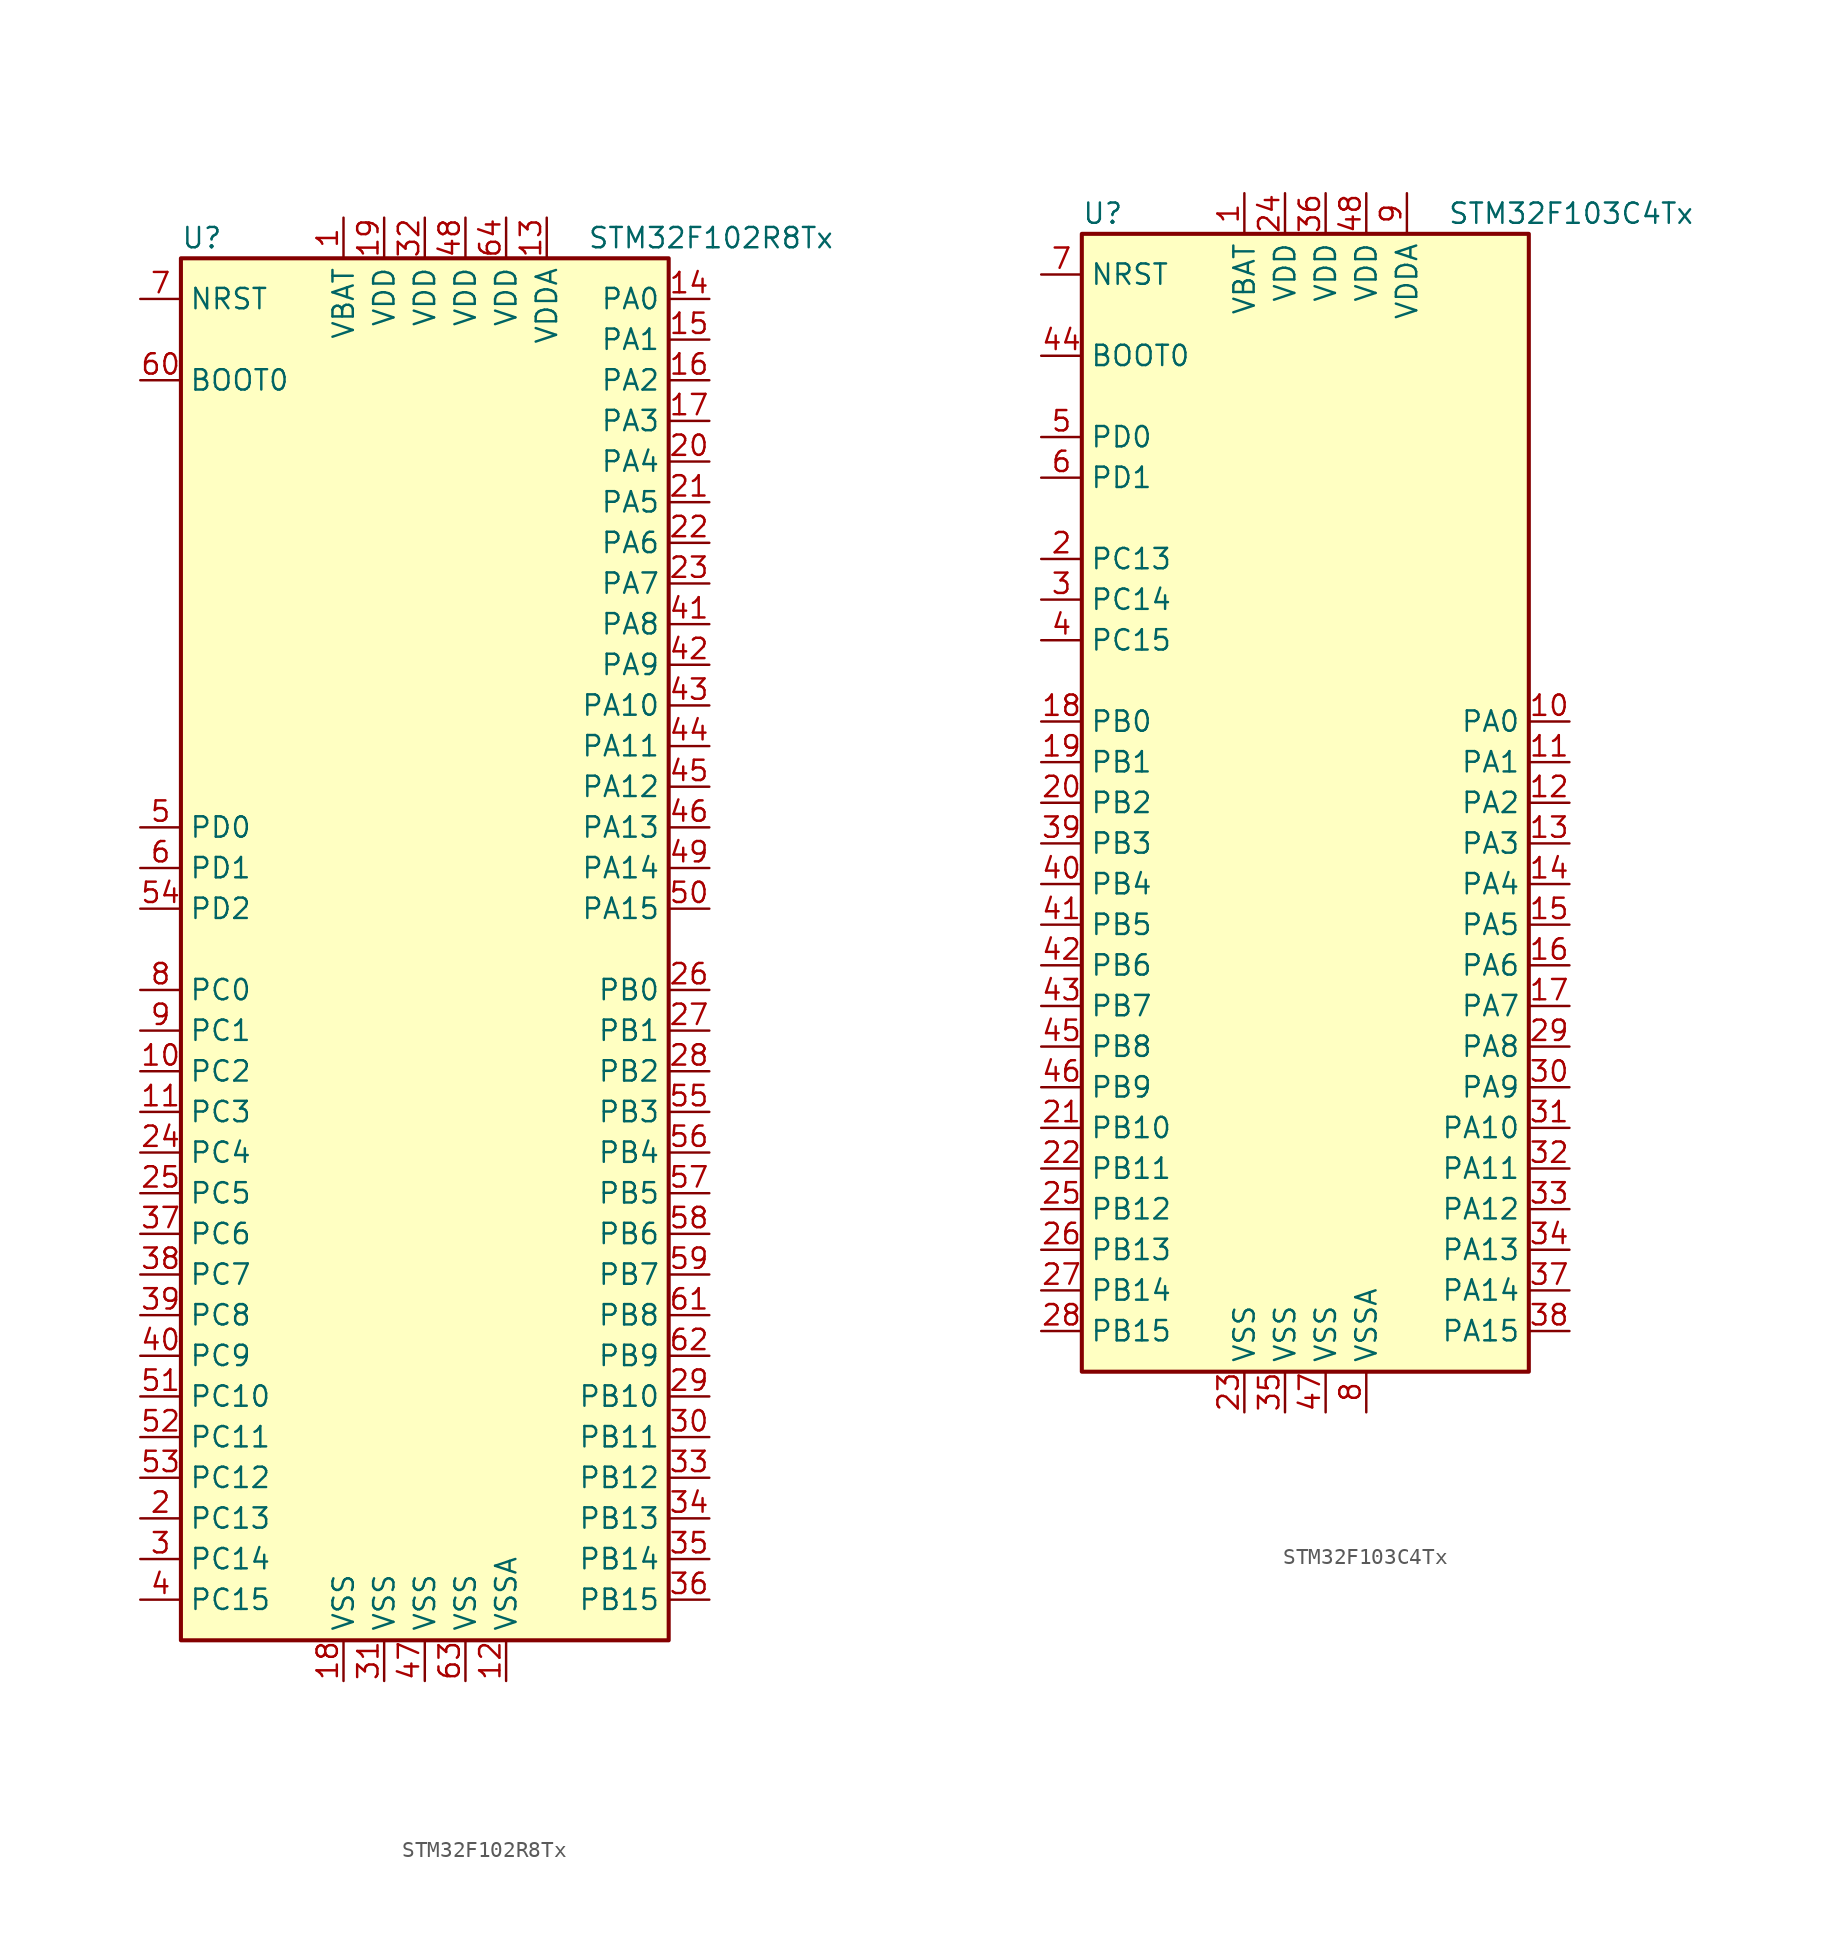
<source format=kicad_sym>
(kicad_symbol_lib
  (version 20201005)
  (generator kicad_symbol_editor)
  (symbol "STM32F102R8Tx"
    (property "Reference" "U"
      (at -15.24 44.45 0)
      (effects (font (size 1.27 1.27)) (justify left)))
    (property "Value" "STM32F102R8Tx"
      (at 10.16 44.45 0)
      (effects (font (size 1.27 1.27)) (justify left)))
    (symbol "STM32F102R8Tx_0_1"
      (rectangle (start -15.24 -43.18) (end 15.24 43.18) (stroke (width 0.254)) (fill (type background))))
    (symbol "STM32F102R8Tx_1_1"
      (pin power_in line (at -5.08 45.72 270) (length 2.54) (name "VBAT" (effects (font (size 1.27 1.27)))) (number "1" (effects (font (size 1.27 1.27)))))
      (pin bidirectional line (at -17.78 -7.62 0) (length 2.54) (name "PC2" (effects (font (size 1.27 1.27)))) (number "10" (effects (font (size 1.27 1.27)))))
      (pin bidirectional line (at -17.78 -10.16 0) (length 2.54) (name "PC3" (effects (font (size 1.27 1.27)))) (number "11" (effects (font (size 1.27 1.27)))))
      (pin power_in line (at 5.08 -45.72 90) (length 2.54) (name "VSSA" (effects (font (size 1.27 1.27)))) (number "12" (effects (font (size 1.27 1.27)))))
      (pin power_in line (at 7.62 45.72 270) (length 2.54) (name "VDDA" (effects (font (size 1.27 1.27)))) (number "13" (effects (font (size 1.27 1.27)))))
      (pin bidirectional line (at 17.78 40.64 180) (length 2.54) (name "PA0" (effects (font (size 1.27 1.27)))) (number "14" (effects (font (size 1.27 1.27)))))
      (pin bidirectional line (at 17.78 38.1 180) (length 2.54) (name "PA1" (effects (font (size 1.27 1.27)))) (number "15" (effects (font (size 1.27 1.27)))))
      (pin bidirectional line (at 17.78 35.56 180) (length 2.54) (name "PA2" (effects (font (size 1.27 1.27)))) (number "16" (effects (font (size 1.27 1.27)))))
      (pin bidirectional line (at 17.78 33.02 180) (length 2.54) (name "PA3" (effects (font (size 1.27 1.27)))) (number "17" (effects (font (size 1.27 1.27)))))
      (pin power_in line (at -5.08 -45.72 90) (length 2.54) (name "VSS" (effects (font (size 1.27 1.27)))) (number "18" (effects (font (size 1.27 1.27)))))
      (pin power_in line (at -2.54 45.72 270) (length 2.54) (name "VDD" (effects (font (size 1.27 1.27)))) (number "19" (effects (font (size 1.27 1.27)))))
      (pin bidirectional line (at -17.78 -35.56 0) (length 2.54) (name "PC13" (effects (font (size 1.27 1.27)))) (number "2" (effects (font (size 1.27 1.27)))))
      (pin bidirectional line (at 17.78 30.48 180) (length 2.54) (name "PA4" (effects (font (size 1.27 1.27)))) (number "20" (effects (font (size 1.27 1.27)))))
      (pin bidirectional line (at 17.78 27.94 180) (length 2.54) (name "PA5" (effects (font (size 1.27 1.27)))) (number "21" (effects (font (size 1.27 1.27)))))
      (pin bidirectional line (at 17.78 25.4 180) (length 2.54) (name "PA6" (effects (font (size 1.27 1.27)))) (number "22" (effects (font (size 1.27 1.27)))))
      (pin bidirectional line (at 17.78 22.86 180) (length 2.54) (name "PA7" (effects (font (size 1.27 1.27)))) (number "23" (effects (font (size 1.27 1.27)))))
      (pin bidirectional line (at -17.78 -12.7 0) (length 2.54) (name "PC4" (effects (font (size 1.27 1.27)))) (number "24" (effects (font (size 1.27 1.27)))))
      (pin bidirectional line (at -17.78 -15.24 0) (length 2.54) (name "PC5" (effects (font (size 1.27 1.27)))) (number "25" (effects (font (size 1.27 1.27)))))
      (pin bidirectional line (at 17.78 -2.54 180) (length 2.54) (name "PB0" (effects (font (size 1.27 1.27)))) (number "26" (effects (font (size 1.27 1.27)))))
      (pin bidirectional line (at 17.78 -5.08 180) (length 2.54) (name "PB1" (effects (font (size 1.27 1.27)))) (number "27" (effects (font (size 1.27 1.27)))))
      (pin bidirectional line (at 17.78 -7.62 180) (length 2.54) (name "PB2" (effects (font (size 1.27 1.27)))) (number "28" (effects (font (size 1.27 1.27)))))
      (pin bidirectional line (at 17.78 -27.94 180) (length 2.54) (name "PB10" (effects (font (size 1.27 1.27)))) (number "29" (effects (font (size 1.27 1.27)))))
      (pin bidirectional line (at -17.78 -38.1 0) (length 2.54) (name "PC14" (effects (font (size 1.27 1.27)))) (number "3" (effects (font (size 1.27 1.27)))))
      (pin bidirectional line (at 17.78 -30.48 180) (length 2.54) (name "PB11" (effects (font (size 1.27 1.27)))) (number "30" (effects (font (size 1.27 1.27)))))
      (pin power_in line (at -2.54 -45.72 90) (length 2.54) (name "VSS" (effects (font (size 1.27 1.27)))) (number "31" (effects (font (size 1.27 1.27)))))
      (pin power_in line (at 0 45.72 270) (length 2.54) (name "VDD" (effects (font (size 1.27 1.27)))) (number "32" (effects (font (size 1.27 1.27)))))
      (pin bidirectional line (at 17.78 -33.02 180) (length 2.54) (name "PB12" (effects (font (size 1.27 1.27)))) (number "33" (effects (font (size 1.27 1.27)))))
      (pin bidirectional line (at 17.78 -35.56 180) (length 2.54) (name "PB13" (effects (font (size 1.27 1.27)))) (number "34" (effects (font (size 1.27 1.27)))))
      (pin bidirectional line (at 17.78 -38.1 180) (length 2.54) (name "PB14" (effects (font (size 1.27 1.27)))) (number "35" (effects (font (size 1.27 1.27)))))
      (pin bidirectional line (at 17.78 -40.64 180) (length 2.54) (name "PB15" (effects (font (size 1.27 1.27)))) (number "36" (effects (font (size 1.27 1.27)))))
      (pin bidirectional line (at -17.78 -17.78 0) (length 2.54) (name "PC6" (effects (font (size 1.27 1.27)))) (number "37" (effects (font (size 1.27 1.27)))))
      (pin bidirectional line (at -17.78 -20.32 0) (length 2.54) (name "PC7" (effects (font (size 1.27 1.27)))) (number "38" (effects (font (size 1.27 1.27)))))
      (pin bidirectional line (at -17.78 -22.86 0) (length 2.54) (name "PC8" (effects (font (size 1.27 1.27)))) (number "39" (effects (font (size 1.27 1.27)))))
      (pin bidirectional line (at -17.78 -40.64 0) (length 2.54) (name "PC15" (effects (font (size 1.27 1.27)))) (number "4" (effects (font (size 1.27 1.27)))))
      (pin bidirectional line (at -17.78 -25.4 0) (length 2.54) (name "PC9" (effects (font (size 1.27 1.27)))) (number "40" (effects (font (size 1.27 1.27)))))
      (pin bidirectional line (at 17.78 20.32 180) (length 2.54) (name "PA8" (effects (font (size 1.27 1.27)))) (number "41" (effects (font (size 1.27 1.27)))))
      (pin bidirectional line (at 17.78 17.78 180) (length 2.54) (name "PA9" (effects (font (size 1.27 1.27)))) (number "42" (effects (font (size 1.27 1.27)))))
      (pin bidirectional line (at 17.78 15.24 180) (length 2.54) (name "PA10" (effects (font (size 1.27 1.27)))) (number "43" (effects (font (size 1.27 1.27)))))
      (pin bidirectional line (at 17.78 12.7 180) (length 2.54) (name "PA11" (effects (font (size 1.27 1.27)))) (number "44" (effects (font (size 1.27 1.27)))))
      (pin bidirectional line (at 17.78 10.16 180) (length 2.54) (name "PA12" (effects (font (size 1.27 1.27)))) (number "45" (effects (font (size 1.27 1.27)))))
      (pin bidirectional line (at 17.78 7.62 180) (length 2.54) (name "PA13" (effects (font (size 1.27 1.27)))) (number "46" (effects (font (size 1.27 1.27)))))
      (pin power_in line (at 0 -45.72 90) (length 2.54) (name "VSS" (effects (font (size 1.27 1.27)))) (number "47" (effects (font (size 1.27 1.27)))))
      (pin power_in line (at 2.54 45.72 270) (length 2.54) (name "VDD" (effects (font (size 1.27 1.27)))) (number "48" (effects (font (size 1.27 1.27)))))
      (pin bidirectional line (at 17.78 5.08 180) (length 2.54) (name "PA14" (effects (font (size 1.27 1.27)))) (number "49" (effects (font (size 1.27 1.27)))))
      (pin input line (at -17.78 7.62 0) (length 2.54) (name "PD0" (effects (font (size 1.27 1.27)))) (number "5" (effects (font (size 1.27 1.27)))))
      (pin bidirectional line (at 17.78 2.54 180) (length 2.54) (name "PA15" (effects (font (size 1.27 1.27)))) (number "50" (effects (font (size 1.27 1.27)))))
      (pin bidirectional line (at -17.78 -27.94 0) (length 2.54) (name "PC10" (effects (font (size 1.27 1.27)))) (number "51" (effects (font (size 1.27 1.27)))))
      (pin bidirectional line (at -17.78 -30.48 0) (length 2.54) (name "PC11" (effects (font (size 1.27 1.27)))) (number "52" (effects (font (size 1.27 1.27)))))
      (pin bidirectional line (at -17.78 -33.02 0) (length 2.54) (name "PC12" (effects (font (size 1.27 1.27)))) (number "53" (effects (font (size 1.27 1.27)))))
      (pin bidirectional line (at -17.78 2.54 0) (length 2.54) (name "PD2" (effects (font (size 1.27 1.27)))) (number "54" (effects (font (size 1.27 1.27)))))
      (pin bidirectional line (at 17.78 -10.16 180) (length 2.54) (name "PB3" (effects (font (size 1.27 1.27)))) (number "55" (effects (font (size 1.27 1.27)))))
      (pin bidirectional line (at 17.78 -12.7 180) (length 2.54) (name "PB4" (effects (font (size 1.27 1.27)))) (number "56" (effects (font (size 1.27 1.27)))))
      (pin bidirectional line (at 17.78 -15.24 180) (length 2.54) (name "PB5" (effects (font (size 1.27 1.27)))) (number "57" (effects (font (size 1.27 1.27)))))
      (pin bidirectional line (at 17.78 -17.78 180) (length 2.54) (name "PB6" (effects (font (size 1.27 1.27)))) (number "58" (effects (font (size 1.27 1.27)))))
      (pin bidirectional line (at 17.78 -20.32 180) (length 2.54) (name "PB7" (effects (font (size 1.27 1.27)))) (number "59" (effects (font (size 1.27 1.27)))))
      (pin input line (at -17.78 5.08 0) (length 2.54) (name "PD1" (effects (font (size 1.27 1.27)))) (number "6" (effects (font (size 1.27 1.27)))))
      (pin input line (at -17.78 35.56 0) (length 2.54) (name "BOOT0" (effects (font (size 1.27 1.27)))) (number "60" (effects (font (size 1.27 1.27)))))
      (pin bidirectional line (at 17.78 -22.86 180) (length 2.54) (name "PB8" (effects (font (size 1.27 1.27)))) (number "61" (effects (font (size 1.27 1.27)))))
      (pin bidirectional line (at 17.78 -25.4 180) (length 2.54) (name "PB9" (effects (font (size 1.27 1.27)))) (number "62" (effects (font (size 1.27 1.27)))))
      (pin power_in line (at 2.54 -45.72 90) (length 2.54) (name "VSS" (effects (font (size 1.27 1.27)))) (number "63" (effects (font (size 1.27 1.27)))))
      (pin power_in line (at 5.08 45.72 270) (length 2.54) (name "VDD" (effects (font (size 1.27 1.27)))) (number "64" (effects (font (size 1.27 1.27)))))
      (pin input line (at -17.78 40.64 0) (length 2.54) (name "NRST" (effects (font (size 1.27 1.27)))) (number "7" (effects (font (size 1.27 1.27)))))
      (pin bidirectional line (at -17.78 -2.54 0) (length 2.54) (name "PC0" (effects (font (size 1.27 1.27)))) (number "8" (effects (font (size 1.27 1.27)))))
      (pin bidirectional line (at -17.78 -5.08 0) (length 2.54) (name "PC1" (effects (font (size 1.27 1.27)))) (number "9" (effects (font (size 1.27 1.27)))))))
  (symbol "STM32F103C4Tx"
    (property "Reference" "U"
      (at -15.24 36.83 0)
      (effects (font (size 1.27 1.27)) (justify left)))
    (property "Value" "STM32F103C4Tx"
      (at 7.62 36.83 0)
      (effects (font (size 1.27 1.27)) (justify left)))
    (symbol "STM32F103C4Tx_0_1"
      (rectangle (start -15.24 -35.56) (end 12.7 35.56) (stroke (width 0.254)) (fill (type background))))
    (symbol "STM32F103C4Tx_1_1"
      (pin power_in line (at -5.08 38.1 270) (length 2.54) (name "VBAT" (effects (font (size 1.27 1.27)))) (number "1" (effects (font (size 1.27 1.27)))))
      (pin bidirectional line (at 15.24 5.08 180) (length 2.54) (name "PA0" (effects (font (size 1.27 1.27)))) (number "10" (effects (font (size 1.27 1.27)))))
      (pin bidirectional line (at 15.24 2.54 180) (length 2.54) (name "PA1" (effects (font (size 1.27 1.27)))) (number "11" (effects (font (size 1.27 1.27)))))
      (pin bidirectional line (at 15.24 0 180) (length 2.54) (name "PA2" (effects (font (size 1.27 1.27)))) (number "12" (effects (font (size 1.27 1.27)))))
      (pin bidirectional line (at 15.24 -2.54 180) (length 2.54) (name "PA3" (effects (font (size 1.27 1.27)))) (number "13" (effects (font (size 1.27 1.27)))))
      (pin bidirectional line (at 15.24 -5.08 180) (length 2.54) (name "PA4" (effects (font (size 1.27 1.27)))) (number "14" (effects (font (size 1.27 1.27)))))
      (pin bidirectional line (at 15.24 -7.62 180) (length 2.54) (name "PA5" (effects (font (size 1.27 1.27)))) (number "15" (effects (font (size 1.27 1.27)))))
      (pin bidirectional line (at 15.24 -10.16 180) (length 2.54) (name "PA6" (effects (font (size 1.27 1.27)))) (number "16" (effects (font (size 1.27 1.27)))))
      (pin bidirectional line (at 15.24 -12.7 180) (length 2.54) (name "PA7" (effects (font (size 1.27 1.27)))) (number "17" (effects (font (size 1.27 1.27)))))
      (pin bidirectional line (at -17.78 5.08 0) (length 2.54) (name "PB0" (effects (font (size 1.27 1.27)))) (number "18" (effects (font (size 1.27 1.27)))))
      (pin bidirectional line (at -17.78 2.54 0) (length 2.54) (name "PB1" (effects (font (size 1.27 1.27)))) (number "19" (effects (font (size 1.27 1.27)))))
      (pin bidirectional line (at -17.78 15.24 0) (length 2.54) (name "PC13" (effects (font (size 1.27 1.27)))) (number "2" (effects (font (size 1.27 1.27)))))
      (pin bidirectional line (at -17.78 0 0) (length 2.54) (name "PB2" (effects (font (size 1.27 1.27)))) (number "20" (effects (font (size 1.27 1.27)))))
      (pin bidirectional line (at -17.78 -20.32 0) (length 2.54) (name "PB10" (effects (font (size 1.27 1.27)))) (number "21" (effects (font (size 1.27 1.27)))))
      (pin bidirectional line (at -17.78 -22.86 0) (length 2.54) (name "PB11" (effects (font (size 1.27 1.27)))) (number "22" (effects (font (size 1.27 1.27)))))
      (pin power_in line (at -5.08 -38.1 90) (length 2.54) (name "VSS" (effects (font (size 1.27 1.27)))) (number "23" (effects (font (size 1.27 1.27)))))
      (pin power_in line (at -2.54 38.1 270) (length 2.54) (name "VDD" (effects (font (size 1.27 1.27)))) (number "24" (effects (font (size 1.27 1.27)))))
      (pin bidirectional line (at -17.78 -25.4 0) (length 2.54) (name "PB12" (effects (font (size 1.27 1.27)))) (number "25" (effects (font (size 1.27 1.27)))))
      (pin bidirectional line (at -17.78 -27.94 0) (length 2.54) (name "PB13" (effects (font (size 1.27 1.27)))) (number "26" (effects (font (size 1.27 1.27)))))
      (pin bidirectional line (at -17.78 -30.48 0) (length 2.54) (name "PB14" (effects (font (size 1.27 1.27)))) (number "27" (effects (font (size 1.27 1.27)))))
      (pin bidirectional line (at -17.78 -33.02 0) (length 2.54) (name "PB15" (effects (font (size 1.27 1.27)))) (number "28" (effects (font (size 1.27 1.27)))))
      (pin bidirectional line (at 15.24 -15.24 180) (length 2.54) (name "PA8" (effects (font (size 1.27 1.27)))) (number "29" (effects (font (size 1.27 1.27)))))
      (pin bidirectional line (at -17.78 12.7 0) (length 2.54) (name "PC14" (effects (font (size 1.27 1.27)))) (number "3" (effects (font (size 1.27 1.27)))))
      (pin bidirectional line (at 15.24 -17.78 180) (length 2.54) (name "PA9" (effects (font (size 1.27 1.27)))) (number "30" (effects (font (size 1.27 1.27)))))
      (pin bidirectional line (at 15.24 -20.32 180) (length 2.54) (name "PA10" (effects (font (size 1.27 1.27)))) (number "31" (effects (font (size 1.27 1.27)))))
      (pin bidirectional line (at 15.24 -22.86 180) (length 2.54) (name "PA11" (effects (font (size 1.27 1.27)))) (number "32" (effects (font (size 1.27 1.27)))))
      (pin bidirectional line (at 15.24 -25.4 180) (length 2.54) (name "PA12" (effects (font (size 1.27 1.27)))) (number "33" (effects (font (size 1.27 1.27)))))
      (pin bidirectional line (at 15.24 -27.94 180) (length 2.54) (name "PA13" (effects (font (size 1.27 1.27)))) (number "34" (effects (font (size 1.27 1.27)))))
      (pin power_in line (at -2.54 -38.1 90) (length 2.54) (name "VSS" (effects (font (size 1.27 1.27)))) (number "35" (effects (font (size 1.27 1.27)))))
      (pin power_in line (at 0 38.1 270) (length 2.54) (name "VDD" (effects (font (size 1.27 1.27)))) (number "36" (effects (font (size 1.27 1.27)))))
      (pin bidirectional line (at 15.24 -30.48 180) (length 2.54) (name "PA14" (effects (font (size 1.27 1.27)))) (number "37" (effects (font (size 1.27 1.27)))))
      (pin bidirectional line (at 15.24 -33.02 180) (length 2.54) (name "PA15" (effects (font (size 1.27 1.27)))) (number "38" (effects (font (size 1.27 1.27)))))
      (pin bidirectional line (at -17.78 -2.54 0) (length 2.54) (name "PB3" (effects (font (size 1.27 1.27)))) (number "39" (effects (font (size 1.27 1.27)))))
      (pin bidirectional line (at -17.78 10.16 0) (length 2.54) (name "PC15" (effects (font (size 1.27 1.27)))) (number "4" (effects (font (size 1.27 1.27)))))
      (pin bidirectional line (at -17.78 -5.08 0) (length 2.54) (name "PB4" (effects (font (size 1.27 1.27)))) (number "40" (effects (font (size 1.27 1.27)))))
      (pin bidirectional line (at -17.78 -7.62 0) (length 2.54) (name "PB5" (effects (font (size 1.27 1.27)))) (number "41" (effects (font (size 1.27 1.27)))))
      (pin bidirectional line (at -17.78 -10.16 0) (length 2.54) (name "PB6" (effects (font (size 1.27 1.27)))) (number "42" (effects (font (size 1.27 1.27)))))
      (pin bidirectional line (at -17.78 -12.7 0) (length 2.54) (name "PB7" (effects (font (size 1.27 1.27)))) (number "43" (effects (font (size 1.27 1.27)))))
      (pin input line (at -17.78 27.94 0) (length 2.54) (name "BOOT0" (effects (font (size 1.27 1.27)))) (number "44" (effects (font (size 1.27 1.27)))))
      (pin bidirectional line (at -17.78 -15.24 0) (length 2.54) (name "PB8" (effects (font (size 1.27 1.27)))) (number "45" (effects (font (size 1.27 1.27)))))
      (pin bidirectional line (at -17.78 -17.78 0) (length 2.54) (name "PB9" (effects (font (size 1.27 1.27)))) (number "46" (effects (font (size 1.27 1.27)))))
      (pin power_in line (at 0 -38.1 90) (length 2.54) (name "VSS" (effects (font (size 1.27 1.27)))) (number "47" (effects (font (size 1.27 1.27)))))
      (pin power_in line (at 2.54 38.1 270) (length 2.54) (name "VDD" (effects (font (size 1.27 1.27)))) (number "48" (effects (font (size 1.27 1.27)))))
      (pin input line (at -17.78 22.86 0) (length 2.54) (name "PD0" (effects (font (size 1.27 1.27)))) (number "5" (effects (font (size 1.27 1.27)))))
      (pin input line (at -17.78 20.32 0) (length 2.54) (name "PD1" (effects (font (size 1.27 1.27)))) (number "6" (effects (font (size 1.27 1.27)))))
      (pin input line (at -17.78 33.02 0) (length 2.54) (name "NRST" (effects (font (size 1.27 1.27)))) (number "7" (effects (font (size 1.27 1.27)))))
      (pin power_in line (at 2.54 -38.1 90) (length 2.54) (name "VSSA" (effects (font (size 1.27 1.27)))) (number "8" (effects (font (size 1.27 1.27)))))
      (pin power_in line (at 5.08 38.1 270) (length 2.54) (name "VDDA" (effects (font (size 1.27 1.27)))) (number "9" (effects (font (size 1.27 1.27))))))))
</source>
